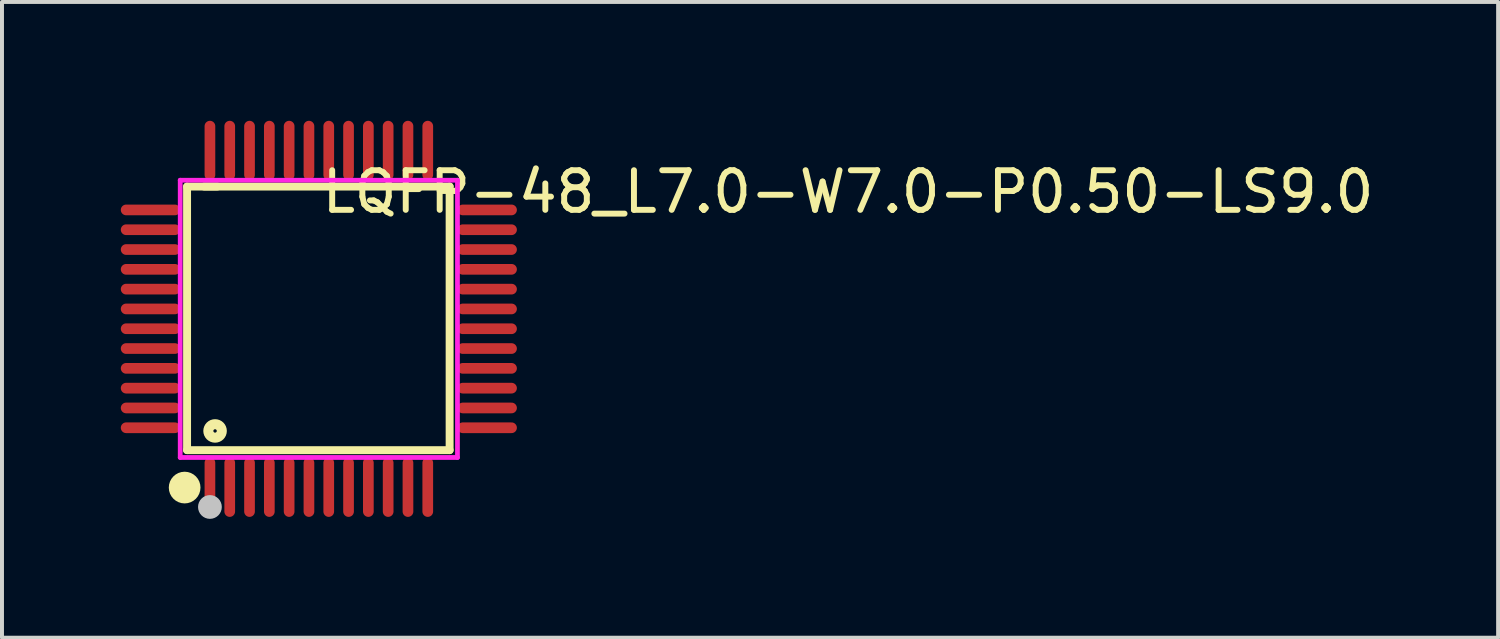
<source format=kicad_pcb>
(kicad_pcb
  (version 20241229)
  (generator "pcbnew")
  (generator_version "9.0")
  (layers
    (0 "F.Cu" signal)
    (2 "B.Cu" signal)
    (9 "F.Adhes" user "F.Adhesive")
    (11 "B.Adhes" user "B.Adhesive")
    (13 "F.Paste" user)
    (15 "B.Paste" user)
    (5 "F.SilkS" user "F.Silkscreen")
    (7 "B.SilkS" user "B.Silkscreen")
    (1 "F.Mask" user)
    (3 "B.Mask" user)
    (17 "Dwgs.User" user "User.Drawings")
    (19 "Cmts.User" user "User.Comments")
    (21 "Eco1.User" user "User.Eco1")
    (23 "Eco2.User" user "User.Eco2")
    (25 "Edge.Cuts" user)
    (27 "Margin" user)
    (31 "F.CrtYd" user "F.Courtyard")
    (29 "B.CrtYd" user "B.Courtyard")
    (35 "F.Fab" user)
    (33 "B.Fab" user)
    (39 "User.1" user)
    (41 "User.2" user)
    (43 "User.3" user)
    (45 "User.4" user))
  (footprint "LQFP-48_L7.0-W7.0-P0.50-LS9.0"
    (layer "F.Cu")
    (at 5 5)
    (property "Reference" "LQFP-48_L7.0-W7.0-P0.50-LS9.0" (at 0 -3.207 0) (layer "F.SilkS") (effects (font (size 1 1) (thickness 0.15)) (justify left)))
    (attr through_hole)
    (fp_line (start -3.327 -3.34) (end -2.565 -3.34) (stroke (width 0.2) (type solid)) (layer "F.SilkS"))
    (fp_line (start -3.327 3.315) (end -3.327 -3.34) (stroke (width 0.2) (type solid)) (layer "F.SilkS"))
    (fp_line (start -2.896 -3.34) (end 3.302 -3.34) (stroke (width 0.2) (type solid)) (layer "F.SilkS"))
    (fp_line (start 3.302 -3.34) (end 3.302 3.315) (stroke (width 0.2) (type solid)) (layer "F.SilkS"))
    (fp_line (start 3.302 3.315) (end -3.327 3.315) (stroke (width 0.2) (type solid)) (layer "F.SilkS"))
    (fp_arc (start -3.387 4.06) (mid -3.38973 4.460009) (end -3.38954 4.059991) (stroke (width 0.4) (type solid)) (layer "F.SilkS"))
    (fp_circle (center -2.62 2.83) (end -2.45 2.83) (stroke (width 0.254) (type solid)) (fill no) (layer "F.SilkS"))
    (fp_circle (center -2.75 4.75) (end -2.6 4.75) (stroke (width 0.3) (type solid)) (fill no) (layer "Dwgs.User"))
    (fp_line (start -3.81 -2.865) (end -3.49 -2.865) (stroke (width 0.12) (type solid)) (layer "Eco2.User"))
    (fp_line (start -3.81 -2.635) (end -3.81 -2.865) (stroke (width 0.12) (type solid)) (layer "Eco2.User"))
    (fp_line (start -3.81 -2.365) (end -3.49 -2.365) (stroke (width 0.12) (type solid)) (layer "Eco2.User"))
    (fp_line (start -3.81 -2.135) (end -3.81 -2.365) (stroke (width 0.12) (type solid)) (layer "Eco2.User"))
    (fp_line (start -3.81 -1.865) (end -3.49 -1.865) (stroke (width 0.12) (type solid)) (layer "Eco2.User"))
    (fp_line (start -3.81 -1.635) (end -3.81 -1.865) (stroke (width 0.12) (type solid)) (layer "Eco2.User"))
    (fp_line (start -3.81 -1.365) (end -3.49 -1.365) (stroke (width 0.12) (type solid)) (layer "Eco2.User"))
    (fp_line (start -3.81 -1.135) (end -3.81 -1.365) (stroke (width 0.12) (type solid)) (layer "Eco2.User"))
    (fp_line (start -3.81 -0.865) (end -3.49 -0.865) (stroke (width 0.12) (type solid)) (layer "Eco2.User"))
    (fp_line (start -3.81 -0.635) (end -3.81 -0.865) (stroke (width 0.12) (type solid)) (layer "Eco2.User"))
    (fp_line (start -3.81 -0.365) (end -3.49 -0.365) (stroke (width 0.12) (type solid)) (layer "Eco2.User"))
    (fp_line (start -3.81 -0.135) (end -3.81 -0.365) (stroke (width 0.12) (type solid)) (layer "Eco2.User"))
    (fp_line (start -3.81 0.135) (end -3.49 0.135) (stroke (width 0.12) (type solid)) (layer "Eco2.User"))
    (fp_line (start -3.81 0.365) (end -3.81 0.135) (stroke (width 0.12) (type solid)) (layer "Eco2.User"))
    (fp_line (start -3.81 0.635) (end -3.49 0.635) (stroke (width 0.12) (type solid)) (layer "Eco2.User"))
    (fp_line (start -3.81 0.865) (end -3.81 0.635) (stroke (width 0.12) (type solid)) (layer "Eco2.User"))
    (fp_line (start -3.81 1.135) (end -3.49 1.135) (stroke (width 0.12) (type solid)) (layer "Eco2.User"))
    (fp_line (start -3.81 1.365) (end -3.81 1.135) (stroke (width 0.12) (type solid)) (layer "Eco2.User"))
    (fp_line (start -3.81 1.635) (end -3.49 1.635) (stroke (width 0.12) (type solid)) (layer "Eco2.User"))
    (fp_line (start -3.81 1.865) (end -3.81 1.635) (stroke (width 0.12) (type solid)) (layer "Eco2.User"))
    (fp_line (start -3.81 2.135) (end -3.49 2.135) (stroke (width 0.12) (type solid)) (layer "Eco2.User"))
    (fp_line (start -3.81 2.365) (end -3.81 2.135) (stroke (width 0.12) (type solid)) (layer "Eco2.User"))
    (fp_line (start -3.81 2.635) (end -3.49 2.635) (stroke (width 0.12) (type solid)) (layer "Eco2.User"))
    (fp_line (start -3.81 2.865) (end -3.81 2.635) (stroke (width 0.12) (type solid)) (layer "Eco2.User"))
    (fp_line (start -3.49 -2.865) (end -3.49 -2.635) (stroke (width 0.12) (type solid)) (layer "Eco2.User"))
    (fp_line (start -3.49 -2.635) (end -3.81 -2.635) (stroke (width 0.12) (type solid)) (layer "Eco2.User"))
    (fp_line (start -3.49 -2.365) (end -3.49 -2.135) (stroke (width 0.12) (type solid)) (layer "Eco2.User"))
    (fp_line (start -3.49 -2.135) (end -3.81 -2.135) (stroke (width 0.12) (type solid)) (layer "Eco2.User"))
    (fp_line (start -3.49 -1.865) (end -3.49 -1.635) (stroke (width 0.12) (type solid)) (layer "Eco2.User"))
    (fp_line (start -3.49 -1.635) (end -3.81 -1.635) (stroke (width 0.12) (type solid)) (layer "Eco2.User"))
    (fp_line (start -3.49 -1.365) (end -3.49 -1.135) (stroke (width 0.12) (type solid)) (layer "Eco2.User"))
    (fp_line (start -3.49 -1.135) (end -3.81 -1.135) (stroke (width 0.12) (type solid)) (layer "Eco2.User"))
    (fp_line (start -3.49 -0.865) (end -3.49 -0.635) (stroke (width 0.12) (type solid)) (layer "Eco2.User"))
    (fp_line (start -3.49 -0.635) (end -3.81 -0.635) (stroke (width 0.12) (type solid)) (layer "Eco2.User"))
    (fp_line (start -3.49 -0.365) (end -3.49 -0.135) (stroke (width 0.12) (type solid)) (layer "Eco2.User"))
    (fp_line (start -3.49 -0.135) (end -3.81 -0.135) (stroke (width 0.12) (type solid)) (layer "Eco2.User"))
    (fp_line (start -3.49 0.135) (end -3.49 0.365) (stroke (width 0.12) (type solid)) (layer "Eco2.User"))
    (fp_line (start -3.49 0.365) (end -3.81 0.365) (stroke (width 0.12) (type solid)) (layer "Eco2.User"))
    (fp_line (start -3.49 0.635) (end -3.49 0.865) (stroke (width 0.12) (type solid)) (layer "Eco2.User"))
    (fp_line (start -3.49 0.865) (end -3.81 0.865) (stroke (width 0.12) (type solid)) (layer "Eco2.User"))
    (fp_line (start -3.49 1.135) (end -3.49 1.365) (stroke (width 0.12) (type solid)) (layer "Eco2.User"))
    (fp_line (start -3.49 1.365) (end -3.81 1.365) (stroke (width 0.12) (type solid)) (layer "Eco2.User"))
    (fp_line (start -3.49 1.635) (end -3.49 1.865) (stroke (width 0.12) (type solid)) (layer "Eco2.User"))
    (fp_line (start -3.49 1.865) (end -3.81 1.865) (stroke (width 0.12) (type solid)) (layer "Eco2.User"))
    (fp_line (start -3.49 2.135) (end -3.49 2.365) (stroke (width 0.12) (type solid)) (layer "Eco2.User"))
    (fp_line (start -3.49 2.365) (end -3.81 2.365) (stroke (width 0.12) (type solid)) (layer "Eco2.User"))
    (fp_line (start -3.49 2.635) (end -3.49 2.865) (stroke (width 0.12) (type solid)) (layer "Eco2.User"))
    (fp_line (start -3.49 2.865) (end -3.81 2.865) (stroke (width 0.12) (type solid)) (layer "Eco2.User"))
    (fp_line (start -2.865 -3.81) (end -2.635 -3.81) (stroke (width 0.12) (type solid)) (layer "Eco2.User"))
    (fp_line (start -2.865 -3.49) (end -2.865 -3.81) (stroke (width 0.12) (type solid)) (layer "Eco2.User"))
    (fp_line (start -2.865 3.49) (end -2.635 3.49) (stroke (width 0.12) (type solid)) (layer "Eco2.User"))
    (fp_line (start -2.865 3.81) (end -2.865 3.49) (stroke (width 0.12) (type solid)) (layer "Eco2.User"))
    (fp_line (start -2.635 -3.81) (end -2.635 -3.49) (stroke (width 0.12) (type solid)) (layer "Eco2.User"))
    (fp_line (start -2.635 -3.49) (end -2.865 -3.49) (stroke (width 0.12) (type solid)) (layer "Eco2.User"))
    (fp_line (start -2.635 3.49) (end -2.635 3.81) (stroke (width 0.12) (type solid)) (layer "Eco2.User"))
    (fp_line (start -2.635 3.81) (end -2.865 3.81) (stroke (width 0.12) (type solid)) (layer "Eco2.User"))
    (fp_line (start -2.365 -3.81) (end -2.135 -3.81) (stroke (width 0.12) (type solid)) (layer "Eco2.User"))
    (fp_line (start -2.365 -3.49) (end -2.365 -3.81) (stroke (width 0.12) (type solid)) (layer "Eco2.User"))
    (fp_line (start -2.365 3.49) (end -2.135 3.49) (stroke (width 0.12) (type solid)) (layer "Eco2.User"))
    (fp_line (start -2.365 3.81) (end -2.365 3.49) (stroke (width 0.12) (type solid)) (layer "Eco2.User"))
    (fp_line (start -2.135 -3.81) (end -2.135 -3.49) (stroke (width 0.12) (type solid)) (layer "Eco2.User"))
    (fp_line (start -2.135 -3.49) (end -2.365 -3.49) (stroke (width 0.12) (type solid)) (layer "Eco2.User"))
    (fp_line (start -2.135 3.49) (end -2.135 3.81) (stroke (width 0.12) (type solid)) (layer "Eco2.User"))
    (fp_line (start -2.135 3.81) (end -2.365 3.81) (stroke (width 0.12) (type solid)) (layer "Eco2.User"))
    (fp_line (start -1.865 -3.81) (end -1.635 -3.81) (stroke (width 0.12) (type solid)) (layer "Eco2.User"))
    (fp_line (start -1.865 -3.49) (end -1.865 -3.81) (stroke (width 0.12) (type solid)) (layer "Eco2.User"))
    (fp_line (start -1.865 3.49) (end -1.635 3.49) (stroke (width 0.12) (type solid)) (layer "Eco2.User"))
    (fp_line (start -1.865 3.81) (end -1.865 3.49) (stroke (width 0.12) (type solid)) (layer "Eco2.User"))
    (fp_line (start -1.635 -3.81) (end -1.635 -3.49) (stroke (width 0.12) (type solid)) (layer "Eco2.User"))
    (fp_line (start -1.635 -3.49) (end -1.865 -3.49) (stroke (width 0.12) (type solid)) (layer "Eco2.User"))
    (fp_line (start -1.635 3.49) (end -1.635 3.81) (stroke (width 0.12) (type solid)) (layer "Eco2.User"))
    (fp_line (start -1.635 3.81) (end -1.865 3.81) (stroke (width 0.12) (type solid)) (layer "Eco2.User"))
    (fp_line (start -1.365 -3.81) (end -1.135 -3.81) (stroke (width 0.12) (type solid)) (layer "Eco2.User"))
    (fp_line (start -1.365 -3.49) (end -1.365 -3.81) (stroke (width 0.12) (type solid)) (layer "Eco2.User"))
    (fp_line (start -1.365 3.49) (end -1.135 3.49) (stroke (width 0.12) (type solid)) (layer "Eco2.User"))
    (fp_line (start -1.365 3.81) (end -1.365 3.49) (stroke (width 0.12) (type solid)) (layer "Eco2.User"))
    (fp_line (start -1.135 -3.81) (end -1.135 -3.49) (stroke (width 0.12) (type solid)) (layer "Eco2.User"))
    (fp_line (start -1.135 -3.49) (end -1.365 -3.49) (stroke (width 0.12) (type solid)) (layer "Eco2.User"))
    (fp_line (start -1.135 3.49) (end -1.135 3.81) (stroke (width 0.12) (type solid)) (layer "Eco2.User"))
    (fp_line (start -1.135 3.81) (end -1.365 3.81) (stroke (width 0.12) (type solid)) (layer "Eco2.User"))
    (fp_line (start -0.865 -3.81) (end -0.635 -3.81) (stroke (width 0.12) (type solid)) (layer "Eco2.User"))
    (fp_line (start -0.865 -3.49) (end -0.865 -3.81) (stroke (width 0.12) (type solid)) (layer "Eco2.User"))
    (fp_line (start -0.865 3.49) (end -0.635 3.49) (stroke (width 0.12) (type solid)) (layer "Eco2.User"))
    (fp_line (start -0.865 3.81) (end -0.865 3.49) (stroke (width 0.12) (type solid)) (layer "Eco2.User"))
    (fp_line (start -0.635 -3.81) (end -0.635 -3.49) (stroke (width 0.12) (type solid)) (layer "Eco2.User"))
    (fp_line (start -0.635 -3.49) (end -0.865 -3.49) (stroke (width 0.12) (type solid)) (layer "Eco2.User"))
    (fp_line (start -0.635 3.49) (end -0.635 3.81) (stroke (width 0.12) (type solid)) (layer "Eco2.User"))
    (fp_line (start -0.635 3.81) (end -0.865 3.81) (stroke (width 0.12) (type solid)) (layer "Eco2.User"))
    (fp_line (start -0.365 -3.81) (end -0.135 -3.81) (stroke (width 0.12) (type solid)) (layer "Eco2.User"))
    (fp_line (start -0.365 -3.49) (end -0.365 -3.81) (stroke (width 0.12) (type solid)) (layer "Eco2.User"))
    (fp_line (start -0.365 3.49) (end -0.135 3.49) (stroke (width 0.12) (type solid)) (layer "Eco2.User"))
    (fp_line (start -0.365 3.81) (end -0.365 3.49) (stroke (width 0.12) (type solid)) (layer "Eco2.User"))
    (fp_line (start -0.135 -3.81) (end -0.135 -3.49) (stroke (width 0.12) (type solid)) (layer "Eco2.User"))
    (fp_line (start -0.135 -3.49) (end -0.365 -3.49) (stroke (width 0.12) (type solid)) (layer "Eco2.User"))
    (fp_line (start -0.135 3.49) (end -0.135 3.81) (stroke (width 0.12) (type solid)) (layer "Eco2.User"))
    (fp_line (start -0.135 3.81) (end -0.365 3.81) (stroke (width 0.12) (type solid)) (layer "Eco2.User"))
    (fp_line (start 0.135 -3.81) (end 0.365 -3.81) (stroke (width 0.12) (type solid)) (layer "Eco2.User"))
    (fp_line (start 0.135 -3.49) (end 0.135 -3.81) (stroke (width 0.12) (type solid)) (layer "Eco2.User"))
    (fp_line (start 0.135 3.49) (end 0.365 3.49) (stroke (width 0.12) (type solid)) (layer "Eco2.User"))
    (fp_line (start 0.135 3.81) (end 0.135 3.49) (stroke (width 0.12) (type solid)) (layer "Eco2.User"))
    (fp_line (start 0.365 -3.81) (end 0.365 -3.49) (stroke (width 0.12) (type solid)) (layer "Eco2.User"))
    (fp_line (start 0.365 -3.49) (end 0.135 -3.49) (stroke (width 0.12) (type solid)) (layer "Eco2.User"))
    (fp_line (start 0.365 3.49) (end 0.365 3.81) (stroke (width 0.12) (type solid)) (layer "Eco2.User"))
    (fp_line (start 0.365 3.81) (end 0.135 3.81) (stroke (width 0.12) (type solid)) (layer "Eco2.User"))
    (fp_line (start 0.635 -3.81) (end 0.865 -3.81) (stroke (width 0.12) (type solid)) (layer "Eco2.User"))
    (fp_line (start 0.635 -3.49) (end 0.635 -3.81) (stroke (width 0.12) (type solid)) (layer "Eco2.User"))
    (fp_line (start 0.635 3.49) (end 0.865 3.49) (stroke (width 0.12) (type solid)) (layer "Eco2.User"))
    (fp_line (start 0.635 3.81) (end 0.635 3.49) (stroke (width 0.12) (type solid)) (layer "Eco2.User"))
    (fp_line (start 0.865 -3.81) (end 0.865 -3.49) (stroke (width 0.12) (type solid)) (layer "Eco2.User"))
    (fp_line (start 0.865 -3.49) (end 0.635 -3.49) (stroke (width 0.12) (type solid)) (layer "Eco2.User"))
    (fp_line (start 0.865 3.49) (end 0.865 3.81) (stroke (width 0.12) (type solid)) (layer "Eco2.User"))
    (fp_line (start 0.865 3.81) (end 0.635 3.81) (stroke (width 0.12) (type solid)) (layer "Eco2.User"))
    (fp_line (start 1.135 -3.81) (end 1.365 -3.81) (stroke (width 0.12) (type solid)) (layer "Eco2.User"))
    (fp_line (start 1.135 -3.49) (end 1.135 -3.81) (stroke (width 0.12) (type solid)) (layer "Eco2.User"))
    (fp_line (start 1.135 3.49) (end 1.365 3.49) (stroke (width 0.12) (type solid)) (layer "Eco2.User"))
    (fp_line (start 1.135 3.81) (end 1.135 3.49) (stroke (width 0.12) (type solid)) (layer "Eco2.User"))
    (fp_line (start 1.365 -3.81) (end 1.365 -3.49) (stroke (width 0.12) (type solid)) (layer "Eco2.User"))
    (fp_line (start 1.365 -3.49) (end 1.135 -3.49) (stroke (width 0.12) (type solid)) (layer "Eco2.User"))
    (fp_line (start 1.365 3.49) (end 1.365 3.81) (stroke (width 0.12) (type solid)) (layer "Eco2.User"))
    (fp_line (start 1.365 3.81) (end 1.135 3.81) (stroke (width 0.12) (type solid)) (layer "Eco2.User"))
    (fp_line (start 1.635 -3.81) (end 1.865 -3.81) (stroke (width 0.12) (type solid)) (layer "Eco2.User"))
    (fp_line (start 1.635 -3.49) (end 1.635 -3.81) (stroke (width 0.12) (type solid)) (layer "Eco2.User"))
    (fp_line (start 1.635 3.49) (end 1.865 3.49) (stroke (width 0.12) (type solid)) (layer "Eco2.User"))
    (fp_line (start 1.635 3.81) (end 1.635 3.49) (stroke (width 0.12) (type solid)) (layer "Eco2.User"))
    (fp_line (start 1.865 -3.81) (end 1.865 -3.49) (stroke (width 0.12) (type solid)) (layer "Eco2.User"))
    (fp_line (start 1.865 -3.49) (end 1.635 -3.49) (stroke (width 0.12) (type solid)) (layer "Eco2.User"))
    (fp_line (start 1.865 3.49) (end 1.865 3.81) (stroke (width 0.12) (type solid)) (layer "Eco2.User"))
    (fp_line (start 1.865 3.81) (end 1.635 3.81) (stroke (width 0.12) (type solid)) (layer "Eco2.User"))
    (fp_line (start 2.135 -3.81) (end 2.365 -3.81) (stroke (width 0.12) (type solid)) (layer "Eco2.User"))
    (fp_line (start 2.135 -3.49) (end 2.135 -3.81) (stroke (width 0.12) (type solid)) (layer "Eco2.User"))
    (fp_line (start 2.135 3.49) (end 2.365 3.49) (stroke (width 0.12) (type solid)) (layer "Eco2.User"))
    (fp_line (start 2.135 3.81) (end 2.135 3.49) (stroke (width 0.12) (type solid)) (layer "Eco2.User"))
    (fp_line (start 2.365 -3.81) (end 2.365 -3.49) (stroke (width 0.12) (type solid)) (layer "Eco2.User"))
    (fp_line (start 2.365 -3.49) (end 2.135 -3.49) (stroke (width 0.12) (type solid)) (layer "Eco2.User"))
    (fp_line (start 2.365 3.49) (end 2.365 3.81) (stroke (width 0.12) (type solid)) (layer "Eco2.User"))
    (fp_line (start 2.365 3.81) (end 2.135 3.81) (stroke (width 0.12) (type solid)) (layer "Eco2.User"))
    (fp_line (start 2.635 -3.81) (end 2.865 -3.81) (stroke (width 0.12) (type solid)) (layer "Eco2.User"))
    (fp_line (start 2.635 -3.49) (end 2.635 -3.81) (stroke (width 0.12) (type solid)) (layer "Eco2.User"))
    (fp_line (start 2.635 3.49) (end 2.865 3.49) (stroke (width 0.12) (type solid)) (layer "Eco2.User"))
    (fp_line (start 2.635 3.81) (end 2.635 3.49) (stroke (width 0.12) (type solid)) (layer "Eco2.User"))
    (fp_line (start 2.865 -3.81) (end 2.865 -3.49) (stroke (width 0.12) (type solid)) (layer "Eco2.User"))
    (fp_line (start 2.865 -3.49) (end 2.635 -3.49) (stroke (width 0.12) (type solid)) (layer "Eco2.User"))
    (fp_line (start 2.865 3.49) (end 2.865 3.81) (stroke (width 0.12) (type solid)) (layer "Eco2.User"))
    (fp_line (start 2.865 3.81) (end 2.635 3.81) (stroke (width 0.12) (type solid)) (layer "Eco2.User"))
    (fp_line (start 3.49 -2.865) (end 3.81 -2.865) (stroke (width 0.12) (type solid)) (layer "Eco2.User"))
    (fp_line (start 3.49 -2.635) (end 3.49 -2.865) (stroke (width 0.12) (type solid)) (layer "Eco2.User"))
    (fp_line (start 3.49 -2.365) (end 3.81 -2.365) (stroke (width 0.12) (type solid)) (layer "Eco2.User"))
    (fp_line (start 3.49 -2.135) (end 3.49 -2.365) (stroke (width 0.12) (type solid)) (layer "Eco2.User"))
    (fp_line (start 3.49 -1.865) (end 3.81 -1.865) (stroke (width 0.12) (type solid)) (layer "Eco2.User"))
    (fp_line (start 3.49 -1.635) (end 3.49 -1.865) (stroke (width 0.12) (type solid)) (layer "Eco2.User"))
    (fp_line (start 3.49 -1.365) (end 3.81 -1.365) (stroke (width 0.12) (type solid)) (layer "Eco2.User"))
    (fp_line (start 3.49 -1.135) (end 3.49 -1.365) (stroke (width 0.12) (type solid)) (layer "Eco2.User"))
    (fp_line (start 3.49 -0.865) (end 3.81 -0.865) (stroke (width 0.12) (type solid)) (layer "Eco2.User"))
    (fp_line (start 3.49 -0.635) (end 3.49 -0.865) (stroke (width 0.12) (type solid)) (layer "Eco2.User"))
    (fp_line (start 3.49 -0.365) (end 3.81 -0.365) (stroke (width 0.12) (type solid)) (layer "Eco2.User"))
    (fp_line (start 3.49 -0.135) (end 3.49 -0.365) (stroke (width 0.12) (type solid)) (layer "Eco2.User"))
    (fp_line (start 3.49 0.135) (end 3.81 0.135) (stroke (width 0.12) (type solid)) (layer "Eco2.User"))
    (fp_line (start 3.49 0.365) (end 3.49 0.135) (stroke (width 0.12) (type solid)) (layer "Eco2.User"))
    (fp_line (start 3.49 0.635) (end 3.81 0.635) (stroke (width 0.12) (type solid)) (layer "Eco2.User"))
    (fp_line (start 3.49 0.865) (end 3.49 0.635) (stroke (width 0.12) (type solid)) (layer "Eco2.User"))
    (fp_line (start 3.49 1.135) (end 3.81 1.135) (stroke (width 0.12) (type solid)) (layer "Eco2.User"))
    (fp_line (start 3.49 1.365) (end 3.49 1.135) (stroke (width 0.12) (type solid)) (layer "Eco2.User"))
    (fp_line (start 3.49 1.635) (end 3.81 1.635) (stroke (width 0.12) (type solid)) (layer "Eco2.User"))
    (fp_line (start 3.49 1.865) (end 3.49 1.635) (stroke (width 0.12) (type solid)) (layer "Eco2.User"))
    (fp_line (start 3.49 2.135) (end 3.81 2.135) (stroke (width 0.12) (type solid)) (layer "Eco2.User"))
    (fp_line (start 3.49 2.365) (end 3.49 2.135) (stroke (width 0.12) (type solid)) (layer "Eco2.User"))
    (fp_line (start 3.49 2.635) (end 3.81 2.635) (stroke (width 0.12) (type solid)) (layer "Eco2.User"))
    (fp_line (start 3.49 2.865) (end 3.49 2.635) (stroke (width 0.12) (type solid)) (layer "Eco2.User"))
    (fp_line (start 3.81 -2.865) (end 3.81 -2.635) (stroke (width 0.12) (type solid)) (layer "Eco2.User"))
    (fp_line (start 3.81 -2.635) (end 3.49 -2.635) (stroke (width 0.12) (type solid)) (layer "Eco2.User"))
    (fp_line (start 3.81 -2.365) (end 3.81 -2.135) (stroke (width 0.12) (type solid)) (layer "Eco2.User"))
    (fp_line (start 3.81 -2.135) (end 3.49 -2.135) (stroke (width 0.12) (type solid)) (layer "Eco2.User"))
    (fp_line (start 3.81 -1.865) (end 3.81 -1.635) (stroke (width 0.12) (type solid)) (layer "Eco2.User"))
    (fp_line (start 3.81 -1.635) (end 3.49 -1.635) (stroke (width 0.12) (type solid)) (layer "Eco2.User"))
    (fp_line (start 3.81 -1.365) (end 3.81 -1.135) (stroke (width 0.12) (type solid)) (layer "Eco2.User"))
    (fp_line (start 3.81 -1.135) (end 3.49 -1.135) (stroke (width 0.12) (type solid)) (layer "Eco2.User"))
    (fp_line (start 3.81 -0.865) (end 3.81 -0.635) (stroke (width 0.12) (type solid)) (layer "Eco2.User"))
    (fp_line (start 3.81 -0.635) (end 3.49 -0.635) (stroke (width 0.12) (type solid)) (layer "Eco2.User"))
    (fp_line (start 3.81 -0.365) (end 3.81 -0.135) (stroke (width 0.12) (type solid)) (layer "Eco2.User"))
    (fp_line (start 3.81 -0.135) (end 3.49 -0.135) (stroke (width 0.12) (type solid)) (layer "Eco2.User"))
    (fp_line (start 3.81 0.135) (end 3.81 0.365) (stroke (width 0.12) (type solid)) (layer "Eco2.User"))
    (fp_line (start 3.81 0.365) (end 3.49 0.365) (stroke (width 0.12) (type solid)) (layer "Eco2.User"))
    (fp_line (start 3.81 0.635) (end 3.81 0.865) (stroke (width 0.12) (type solid)) (layer "Eco2.User"))
    (fp_line (start 3.81 0.865) (end 3.49 0.865) (stroke (width 0.12) (type solid)) (layer "Eco2.User"))
    (fp_line (start 3.81 1.135) (end 3.81 1.365) (stroke (width 0.12) (type solid)) (layer "Eco2.User"))
    (fp_line (start 3.81 1.365) (end 3.49 1.365) (stroke (width 0.12) (type solid)) (layer "Eco2.User"))
    (fp_line (start 3.81 1.635) (end 3.81 1.865) (stroke (width 0.12) (type solid)) (layer "Eco2.User"))
    (fp_line (start 3.81 1.865) (end 3.49 1.865) (stroke (width 0.12) (type solid)) (layer "Eco2.User"))
    (fp_line (start 3.81 2.135) (end 3.81 2.365) (stroke (width 0.12) (type solid)) (layer "Eco2.User"))
    (fp_line (start 3.81 2.365) (end 3.49 2.365) (stroke (width 0.12) (type solid)) (layer "Eco2.User"))
    (fp_line (start 3.81 2.635) (end 3.81 2.865) (stroke (width 0.12) (type solid)) (layer "Eco2.User"))
    (fp_line (start 3.81 2.865) (end 3.49 2.865) (stroke (width 0.12) (type solid)) (layer "Eco2.User"))
    (fp_circle (center -4.5 4.5) (end -4.47 4.5) (stroke (width 0.06) (type solid)) (fill no) (layer "Eco2.User"))
    (fp_poly (pts (xy -4.5 -2.865) (xy -3.8 -2.865) (xy -3.8 -2.635) (xy -4.5 -2.635)) (stroke (width 0.12) (type solid)) (fill no) (layer "Eco2.User"))
    (fp_poly (pts (xy -4.5 -2.365) (xy -3.8 -2.365) (xy -3.8 -2.135) (xy -4.5 -2.135)) (stroke (width 0.12) (type solid)) (fill no) (layer "Eco2.User"))
    (fp_poly (pts (xy -4.5 -1.865) (xy -3.8 -1.865) (xy -3.8 -1.635) (xy -4.5 -1.635)) (stroke (width 0.12) (type solid)) (fill no) (layer "Eco2.User"))
    (fp_poly (pts (xy -4.5 -1.365) (xy -3.8 -1.365) (xy -3.8 -1.135) (xy -4.5 -1.135)) (stroke (width 0.12) (type solid)) (fill no) (layer "Eco2.User"))
    (fp_poly (pts (xy -4.5 -0.865) (xy -3.8 -0.865) (xy -3.8 -0.635) (xy -4.5 -0.635)) (stroke (width 0.12) (type solid)) (fill no) (layer "Eco2.User"))
    (fp_poly (pts (xy -4.5 -0.365) (xy -3.8 -0.365) (xy -3.8 -0.135) (xy -4.5 -0.135)) (stroke (width 0.12) (type solid)) (fill no) (layer "Eco2.User"))
    (fp_poly (pts (xy -4.5 0.135) (xy -3.8 0.135) (xy -3.8 0.365) (xy -4.5 0.365)) (stroke (width 0.12) (type solid)) (fill no) (layer "Eco2.User"))
    (fp_poly (pts (xy -4.5 0.635) (xy -3.8 0.635) (xy -3.8 0.865) (xy -4.5 0.865)) (stroke (width 0.12) (type solid)) (fill no) (layer "Eco2.User"))
    (fp_poly (pts (xy -4.5 1.135) (xy -3.8 1.135) (xy -3.8 1.365) (xy -4.5 1.365)) (stroke (width 0.12) (type solid)) (fill no) (layer "Eco2.User"))
    (fp_poly (pts (xy -4.5 1.635) (xy -3.8 1.635) (xy -3.8 1.865) (xy -4.5 1.865)) (stroke (width 0.12) (type solid)) (fill no) (layer "Eco2.User"))
    (fp_poly (pts (xy -4.5 2.135) (xy -3.8 2.135) (xy -3.8 2.365) (xy -4.5 2.365)) (stroke (width 0.12) (type solid)) (fill no) (layer "Eco2.User"))
    (fp_poly (pts (xy -4.5 2.635) (xy -3.8 2.635) (xy -3.8 2.865) (xy -4.5 2.865)) (stroke (width 0.12) (type solid)) (fill no) (layer "Eco2.User"))
    (fp_poly (pts (xy -2.865 4.5) (xy -2.865 3.8) (xy -2.635 3.8) (xy -2.635 4.5)) (stroke (width 0.12) (type solid)) (fill no) (layer "Eco2.User"))
    (fp_poly (pts (xy -2.635 -4.5) (xy -2.635 -3.8) (xy -2.865 -3.8) (xy -2.865 -4.5)) (stroke (width 0.12) (type solid)) (fill no) (layer "Eco2.User"))
    (fp_poly (pts (xy -2.365 4.5) (xy -2.365 3.8) (xy -2.135 3.8) (xy -2.135 4.5)) (stroke (width 0.12) (type solid)) (fill no) (layer "Eco2.User"))
    (fp_poly (pts (xy -2.135 -4.5) (xy -2.135 -3.8) (xy -2.365 -3.8) (xy -2.365 -4.5)) (stroke (width 0.12) (type solid)) (fill no) (layer "Eco2.User"))
    (fp_poly (pts (xy -1.865 4.5) (xy -1.865 3.8) (xy -1.635 3.8) (xy -1.635 4.5)) (stroke (width 0.12) (type solid)) (fill no) (layer "Eco2.User"))
    (fp_poly (pts (xy -1.635 -4.5) (xy -1.635 -3.8) (xy -1.865 -3.8) (xy -1.865 -4.5)) (stroke (width 0.12) (type solid)) (fill no) (layer "Eco2.User"))
    (fp_poly (pts (xy -1.365 4.5) (xy -1.365 3.8) (xy -1.135 3.8) (xy -1.135 4.5)) (stroke (width 0.12) (type solid)) (fill no) (layer "Eco2.User"))
    (fp_poly (pts (xy -1.135 -4.5) (xy -1.135 -3.8) (xy -1.365 -3.8) (xy -1.365 -4.5)) (stroke (width 0.12) (type solid)) (fill no) (layer "Eco2.User"))
    (fp_poly (pts (xy -0.865 4.5) (xy -0.865 3.8) (xy -0.635 3.8) (xy -0.635 4.5)) (stroke (width 0.12) (type solid)) (fill no) (layer "Eco2.User"))
    (fp_poly (pts (xy -0.635 -4.5) (xy -0.635 -3.8) (xy -0.865 -3.8) (xy -0.865 -4.5)) (stroke (width 0.12) (type solid)) (fill no) (layer "Eco2.User"))
    (fp_poly (pts (xy -0.365 4.5) (xy -0.365 3.8) (xy -0.135 3.8) (xy -0.135 4.5)) (stroke (width 0.12) (type solid)) (fill no) (layer "Eco2.User"))
    (fp_poly (pts (xy -0.135 -4.5) (xy -0.135 -3.8) (xy -0.365 -3.8) (xy -0.365 -4.5)) (stroke (width 0.12) (type solid)) (fill no) (layer "Eco2.User"))
    (fp_poly (pts (xy 0.135 4.5) (xy 0.135 3.8) (xy 0.365 3.8) (xy 0.365 4.5)) (stroke (width 0.12) (type solid)) (fill no) (layer "Eco2.User"))
    (fp_poly (pts (xy 0.365 -4.5) (xy 0.365 -3.8) (xy 0.135 -3.8) (xy 0.135 -4.5)) (stroke (width 0.12) (type solid)) (fill no) (layer "Eco2.User"))
    (fp_poly (pts (xy 0.635 4.5) (xy 0.635 3.8) (xy 0.865 3.8) (xy 0.865 4.5)) (stroke (width 0.12) (type solid)) (fill no) (layer "Eco2.User"))
    (fp_poly (pts (xy 0.865 -4.5) (xy 0.865 -3.8) (xy 0.635 -3.8) (xy 0.635 -4.5)) (stroke (width 0.12) (type solid)) (fill no) (layer "Eco2.User"))
    (fp_poly (pts (xy 1.135 4.5) (xy 1.135 3.8) (xy 1.365 3.8) (xy 1.365 4.5)) (stroke (width 0.12) (type solid)) (fill no) (layer "Eco2.User"))
    (fp_poly (pts (xy 1.365 -4.5) (xy 1.365 -3.8) (xy 1.135 -3.8) (xy 1.135 -4.5)) (stroke (width 0.12) (type solid)) (fill no) (layer "Eco2.User"))
    (fp_poly (pts (xy 1.635 4.5) (xy 1.635 3.8) (xy 1.865 3.8) (xy 1.865 4.5)) (stroke (width 0.12) (type solid)) (fill no) (layer "Eco2.User"))
    (fp_poly (pts (xy 1.865 -4.5) (xy 1.865 -3.8) (xy 1.635 -3.8) (xy 1.635 -4.5)) (stroke (width 0.12) (type solid)) (fill no) (layer "Eco2.User"))
    (fp_poly (pts (xy 2.135 4.5) (xy 2.135 3.8) (xy 2.365 3.8) (xy 2.365 4.5)) (stroke (width 0.12) (type solid)) (fill no) (layer "Eco2.User"))
    (fp_poly (pts (xy 2.365 -4.5) (xy 2.365 -3.8) (xy 2.135 -3.8) (xy 2.135 -4.5)) (stroke (width 0.12) (type solid)) (fill no) (layer "Eco2.User"))
    (fp_poly (pts (xy 2.635 4.5) (xy 2.635 3.8) (xy 2.865 3.8) (xy 2.865 4.5)) (stroke (width 0.12) (type solid)) (fill no) (layer "Eco2.User"))
    (fp_poly (pts (xy 2.865 -4.5) (xy 2.865 -3.8) (xy 2.635 -3.8) (xy 2.635 -4.5)) (stroke (width 0.12) (type solid)) (fill no) (layer "Eco2.User"))
    (fp_poly (pts (xy 4.5 -2.635) (xy 3.8 -2.635) (xy 3.8 -2.865) (xy 4.5 -2.865)) (stroke (width 0.12) (type solid)) (fill no) (layer "Eco2.User"))
    (fp_poly (pts (xy 4.5 -2.135) (xy 3.8 -2.135) (xy 3.8 -2.365) (xy 4.5 -2.365)) (stroke (width 0.12) (type solid)) (fill no) (layer "Eco2.User"))
    (fp_poly (pts (xy 4.5 -1.635) (xy 3.8 -1.635) (xy 3.8 -1.865) (xy 4.5 -1.865)) (stroke (width 0.12) (type solid)) (fill no) (layer "Eco2.User"))
    (fp_poly (pts (xy 4.5 -1.135) (xy 3.8 -1.135) (xy 3.8 -1.365) (xy 4.5 -1.365)) (stroke (width 0.12) (type solid)) (fill no) (layer "Eco2.User"))
    (fp_poly (pts (xy 4.5 -0.635) (xy 3.8 -0.635) (xy 3.8 -0.865) (xy 4.5 -0.865)) (stroke (width 0.12) (type solid)) (fill no) (layer "Eco2.User"))
    (fp_poly (pts (xy 4.5 -0.135) (xy 3.8 -0.135) (xy 3.8 -0.365) (xy 4.5 -0.365)) (stroke (width 0.12) (type solid)) (fill no) (layer "Eco2.User"))
    (fp_poly (pts (xy 4.5 0.365) (xy 3.8 0.365) (xy 3.8 0.135) (xy 4.5 0.135)) (stroke (width 0.12) (type solid)) (fill no) (layer "Eco2.User"))
    (fp_poly (pts (xy 4.5 0.865) (xy 3.8 0.865) (xy 3.8 0.635) (xy 4.5 0.635)) (stroke (width 0.12) (type solid)) (fill no) (layer "Eco2.User"))
    (fp_poly (pts (xy 4.5 1.365) (xy 3.8 1.365) (xy 3.8 1.135) (xy 4.5 1.135)) (stroke (width 0.12) (type solid)) (fill no) (layer "Eco2.User"))
    (fp_poly (pts (xy 4.5 1.865) (xy 3.8 1.865) (xy 3.8 1.635) (xy 4.5 1.635)) (stroke (width 0.12) (type solid)) (fill no) (layer "Eco2.User"))
    (fp_poly (pts (xy 4.5 2.365) (xy 3.8 2.365) (xy 3.8 2.135) (xy 4.5 2.135)) (stroke (width 0.12) (type solid)) (fill no) (layer "Eco2.User"))
    (fp_poly (pts (xy 4.5 2.865) (xy 3.8 2.865) (xy 3.8 2.635) (xy 4.5 2.635)) (stroke (width 0.12) (type solid)) (fill no) (layer "Eco2.User"))
    (fp_line (start -3.5 -3.5) (end 3.5 -3.5) (stroke (width 0.12) (type solid)) (layer "F.CrtYd"))
    (fp_line (start -3.5 3.5) (end -3.5 -3.5) (stroke (width 0.12) (type solid)) (layer "F.CrtYd"))
    (fp_line (start 3.5 -3.5) (end 3.5 3.5) (stroke (width 0.12) (type solid)) (layer "F.CrtYd"))
    (fp_line (start 3.5 3.5) (end -3.5 3.5) (stroke (width 0.12) (type solid)) (layer "F.CrtYd"))
    (pad "1" smd oval (at -2.75 4.25) (size 0.27 1.5) (layers "F.Cu" "F.Mask" "F.Paste"))
    (pad "2" smd oval (at -2.25 4.25) (size 0.27 1.5) (layers "F.Cu" "F.Mask" "F.Paste"))
    (pad "3" smd oval (at -1.75 4.25) (size 0.27 1.5) (layers "F.Cu" "F.Mask" "F.Paste"))
    (pad "4" smd oval (at -1.25 4.25) (size 0.27 1.5) (layers "F.Cu" "F.Mask" "F.Paste"))
    (pad "5" smd oval (at -0.75 4.25) (size 0.27 1.5) (layers "F.Cu" "F.Mask" "F.Paste"))
    (pad "6" smd oval (at -0.25 4.25) (size 0.27 1.5) (layers "F.Cu" "F.Mask" "F.Paste"))
    (pad "7" smd oval (at 0.25 4.25) (size 0.27 1.5) (layers "F.Cu" "F.Mask" "F.Paste"))
    (pad "8" smd oval (at 0.75 4.25) (size 0.27 1.5) (layers "F.Cu" "F.Mask" "F.Paste"))
    (pad "9" smd oval (at 1.25 4.25) (size 0.27 1.5) (layers "F.Cu" "F.Mask" "F.Paste"))
    (pad "10" smd oval (at 1.75 4.25) (size 0.27 1.5) (layers "F.Cu" "F.Mask" "F.Paste"))
    (pad "11" smd oval (at 2.25 4.25) (size 0.27 1.5) (layers "F.Cu" "F.Mask" "F.Paste"))
    (pad "12" smd oval (at 2.75 4.25) (size 0.27 1.5) (layers "F.Cu" "F.Mask" "F.Paste"))
    (pad "13" smd oval (at 4.25 2.75) (size 1.5 0.27) (layers "F.Cu" "F.Mask" "F.Paste"))
    (pad "14" smd oval (at 4.25 2.25) (size 1.5 0.27) (layers "F.Cu" "F.Mask" "F.Paste"))
    (pad "15" smd oval (at 4.25 1.75) (size 1.5 0.27) (layers "F.Cu" "F.Mask" "F.Paste"))
    (pad "16" smd oval (at 4.25 1.25) (size 1.5 0.27) (layers "F.Cu" "F.Mask" "F.Paste"))
    (pad "17" smd oval (at 4.25 0.75) (size 1.5 0.27) (layers "F.Cu" "F.Mask" "F.Paste"))
    (pad "18" smd oval (at 4.25 0.25) (size 1.5 0.27) (layers "F.Cu" "F.Mask" "F.Paste"))
    (pad "19" smd oval (at 4.25 -0.25) (size 1.5 0.27) (layers "F.Cu" "F.Mask" "F.Paste"))
    (pad "20" smd oval (at 4.25 -0.75) (size 1.5 0.27) (layers "F.Cu" "F.Mask" "F.Paste"))
    (pad "21" smd oval (at 4.25 -1.25) (size 1.5 0.27) (layers "F.Cu" "F.Mask" "F.Paste"))
    (pad "22" smd oval (at 4.25 -1.75) (size 1.5 0.27) (layers "F.Cu" "F.Mask" "F.Paste"))
    (pad "23" smd oval (at 4.25 -2.25) (size 1.5 0.27) (layers "F.Cu" "F.Mask" "F.Paste"))
    (pad "24" smd oval (at 4.25 -2.75) (size 1.5 0.27) (layers "F.Cu" "F.Mask" "F.Paste"))
    (pad "25" smd oval (at 2.75 -4.25) (size 0.27 1.5) (layers "F.Cu" "F.Mask" "F.Paste"))
    (pad "26" smd oval (at 2.25 -4.25) (size 0.27 1.5) (layers "F.Cu" "F.Mask" "F.Paste"))
    (pad "27" smd oval (at 1.75 -4.25) (size 0.27 1.5) (layers "F.Cu" "F.Mask" "F.Paste"))
    (pad "28" smd oval (at 1.25 -4.25) (size 0.27 1.5) (layers "F.Cu" "F.Mask" "F.Paste"))
    (pad "29" smd oval (at 0.75 -4.25) (size 0.27 1.5) (layers "F.Cu" "F.Mask" "F.Paste"))
    (pad "30" smd oval (at 0.25 -4.25) (size 0.27 1.5) (layers "F.Cu" "F.Mask" "F.Paste"))
    (pad "31" smd oval (at -0.25 -4.25) (size 0.27 1.5) (layers "F.Cu" "F.Mask" "F.Paste"))
    (pad "32" smd oval (at -0.75 -4.25) (size 0.27 1.5) (layers "F.Cu" "F.Mask" "F.Paste"))
    (pad "33" smd oval (at -1.25 -4.25) (size 0.27 1.5) (layers "F.Cu" "F.Mask" "F.Paste"))
    (pad "34" smd oval (at -1.75 -4.25) (size 0.27 1.5) (layers "F.Cu" "F.Mask" "F.Paste"))
    (pad "35" smd oval (at -2.25 -4.25) (size 0.27 1.5) (layers "F.Cu" "F.Mask" "F.Paste"))
    (pad "36" smd oval (at -2.75 -4.25) (size 0.27 1.5) (layers "F.Cu" "F.Mask" "F.Paste"))
    (pad "37" smd oval (at -4.25 -2.75) (size 1.5 0.27) (layers "F.Cu" "F.Mask" "F.Paste"))
    (pad "38" smd oval (at -4.25 -2.25) (size 1.5 0.27) (layers "F.Cu" "F.Mask" "F.Paste"))
    (pad "39" smd oval (at -4.25 -1.75) (size 1.5 0.27) (layers "F.Cu" "F.Mask" "F.Paste"))
    (pad "40" smd oval (at -4.25 -1.25) (size 1.5 0.27) (layers "F.Cu" "F.Mask" "F.Paste"))
    (pad "41" smd oval (at -4.25 -0.75) (size 1.5 0.27) (layers "F.Cu" "F.Mask" "F.Paste"))
    (pad "42" smd oval (at -4.25 -0.25) (size 1.5 0.27) (layers "F.Cu" "F.Mask" "F.Paste"))
    (pad "43" smd oval (at -4.25 0.25) (size 1.5 0.27) (layers "F.Cu" "F.Mask" "F.Paste"))
    (pad "44" smd oval (at -4.25 0.75) (size 1.5 0.27) (layers "F.Cu" "F.Mask" "F.Paste"))
    (pad "45" smd oval (at -4.25 1.25) (size 1.5 0.27) (layers "F.Cu" "F.Mask" "F.Paste"))
    (pad "46" smd oval (at -4.25 1.75) (size 1.5 0.27) (layers "F.Cu" "F.Mask" "F.Paste"))
    (pad "47" smd oval (at -4.25 2.25) (size 1.5 0.27) (layers "F.Cu" "F.Mask" "F.Paste"))
    (pad "48" smd oval (at -4.25 2.75) (size 1.5 0.27) (layers "F.Cu" "F.Mask" "F.Paste")))
  (gr_rect
    (start -3 -3)
    (end 34.774 13.05)
    (stroke (width 0.1) (type default))
    (fill no)
    (layer "Edge.Cuts")))
</source>
